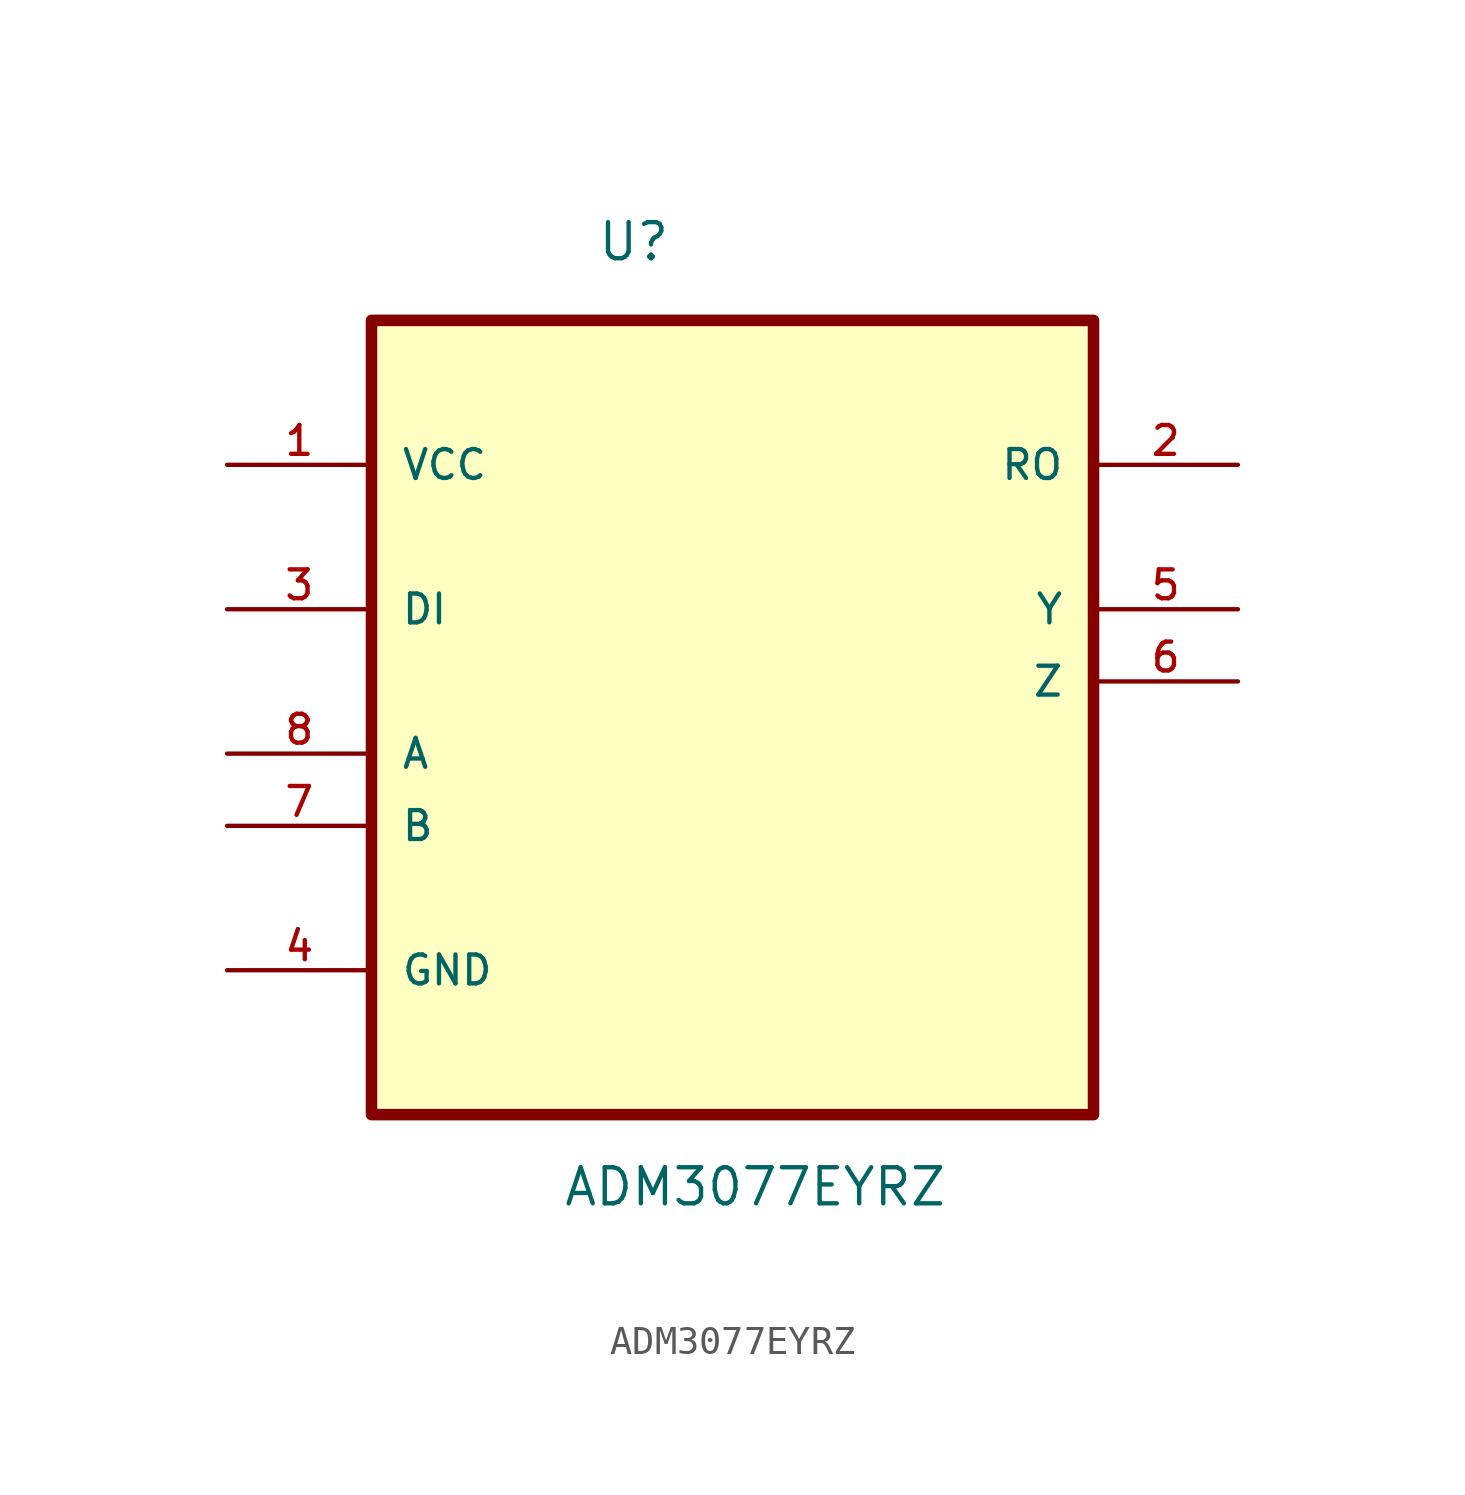
<source format=kicad_sym>
(kicad_symbol_lib
  (version 20220914)
  (generator kicad_symbol_editor)
  (symbol "ADM3077EYRZ"
    (pin_names
      (offset 1.016))
    (property "Reference" "U"
      (at -4.782 12.184 0)
      (effects (font (size 1.27 1.27)) (justify left bottom)))
    (property "Value" "ADM3077EYRZ"
      (at -5.985 -21.063 0)
      (effects (font (size 1.27 1.27)) (justify left bottom)))
    (symbol "ADM3077EYRZ_0_0"
      (rectangle (start -12.7 10.16) (end 12.7 -17.78) (stroke (width 0.406) (type default)) (fill (type background)))
      (pin power_in line (at -17.78 5.08 0) (length 5.08) (name "VCC" (effects (font (size 1.016 1.016)))) (number "1" (effects (font (size 1.016 1.016)))))
      (pin output line (at 17.78 5.08 180) (length 5.08) (name "RO" (effects (font (size 1.016 1.016)))) (number "2" (effects (font (size 1.016 1.016)))))
      (pin input line (at -17.78 0 0) (length 5.08) (name "DI" (effects (font (size 1.016 1.016)))) (number "3" (effects (font (size 1.016 1.016)))))
      (pin passive line (at -17.78 -12.7 0) (length 5.08) (name "GND" (effects (font (size 1.016 1.016)))) (number "4" (effects (font (size 1.016 1.016)))))
      (pin output line (at 17.78 0 180) (length 5.08) (name "Y" (effects (font (size 1.016 1.016)))) (number "5" (effects (font (size 1.016 1.016)))))
      (pin output line (at 17.78 -2.54 180) (length 5.08) (name "Z" (effects (font (size 1.016 1.016)))) (number "6" (effects (font (size 1.016 1.016)))))
      (pin input line (at -17.78 -7.62 0) (length 5.08) (name "B" (effects (font (size 1.016 1.016)))) (number "7" (effects (font (size 1.016 1.016)))))
      (pin input line (at -17.78 -5.08 0) (length 5.08) (name "A" (effects (font (size 1.016 1.016)))) (number "8" (effects (font (size 1.016 1.016))))))))
</source>
